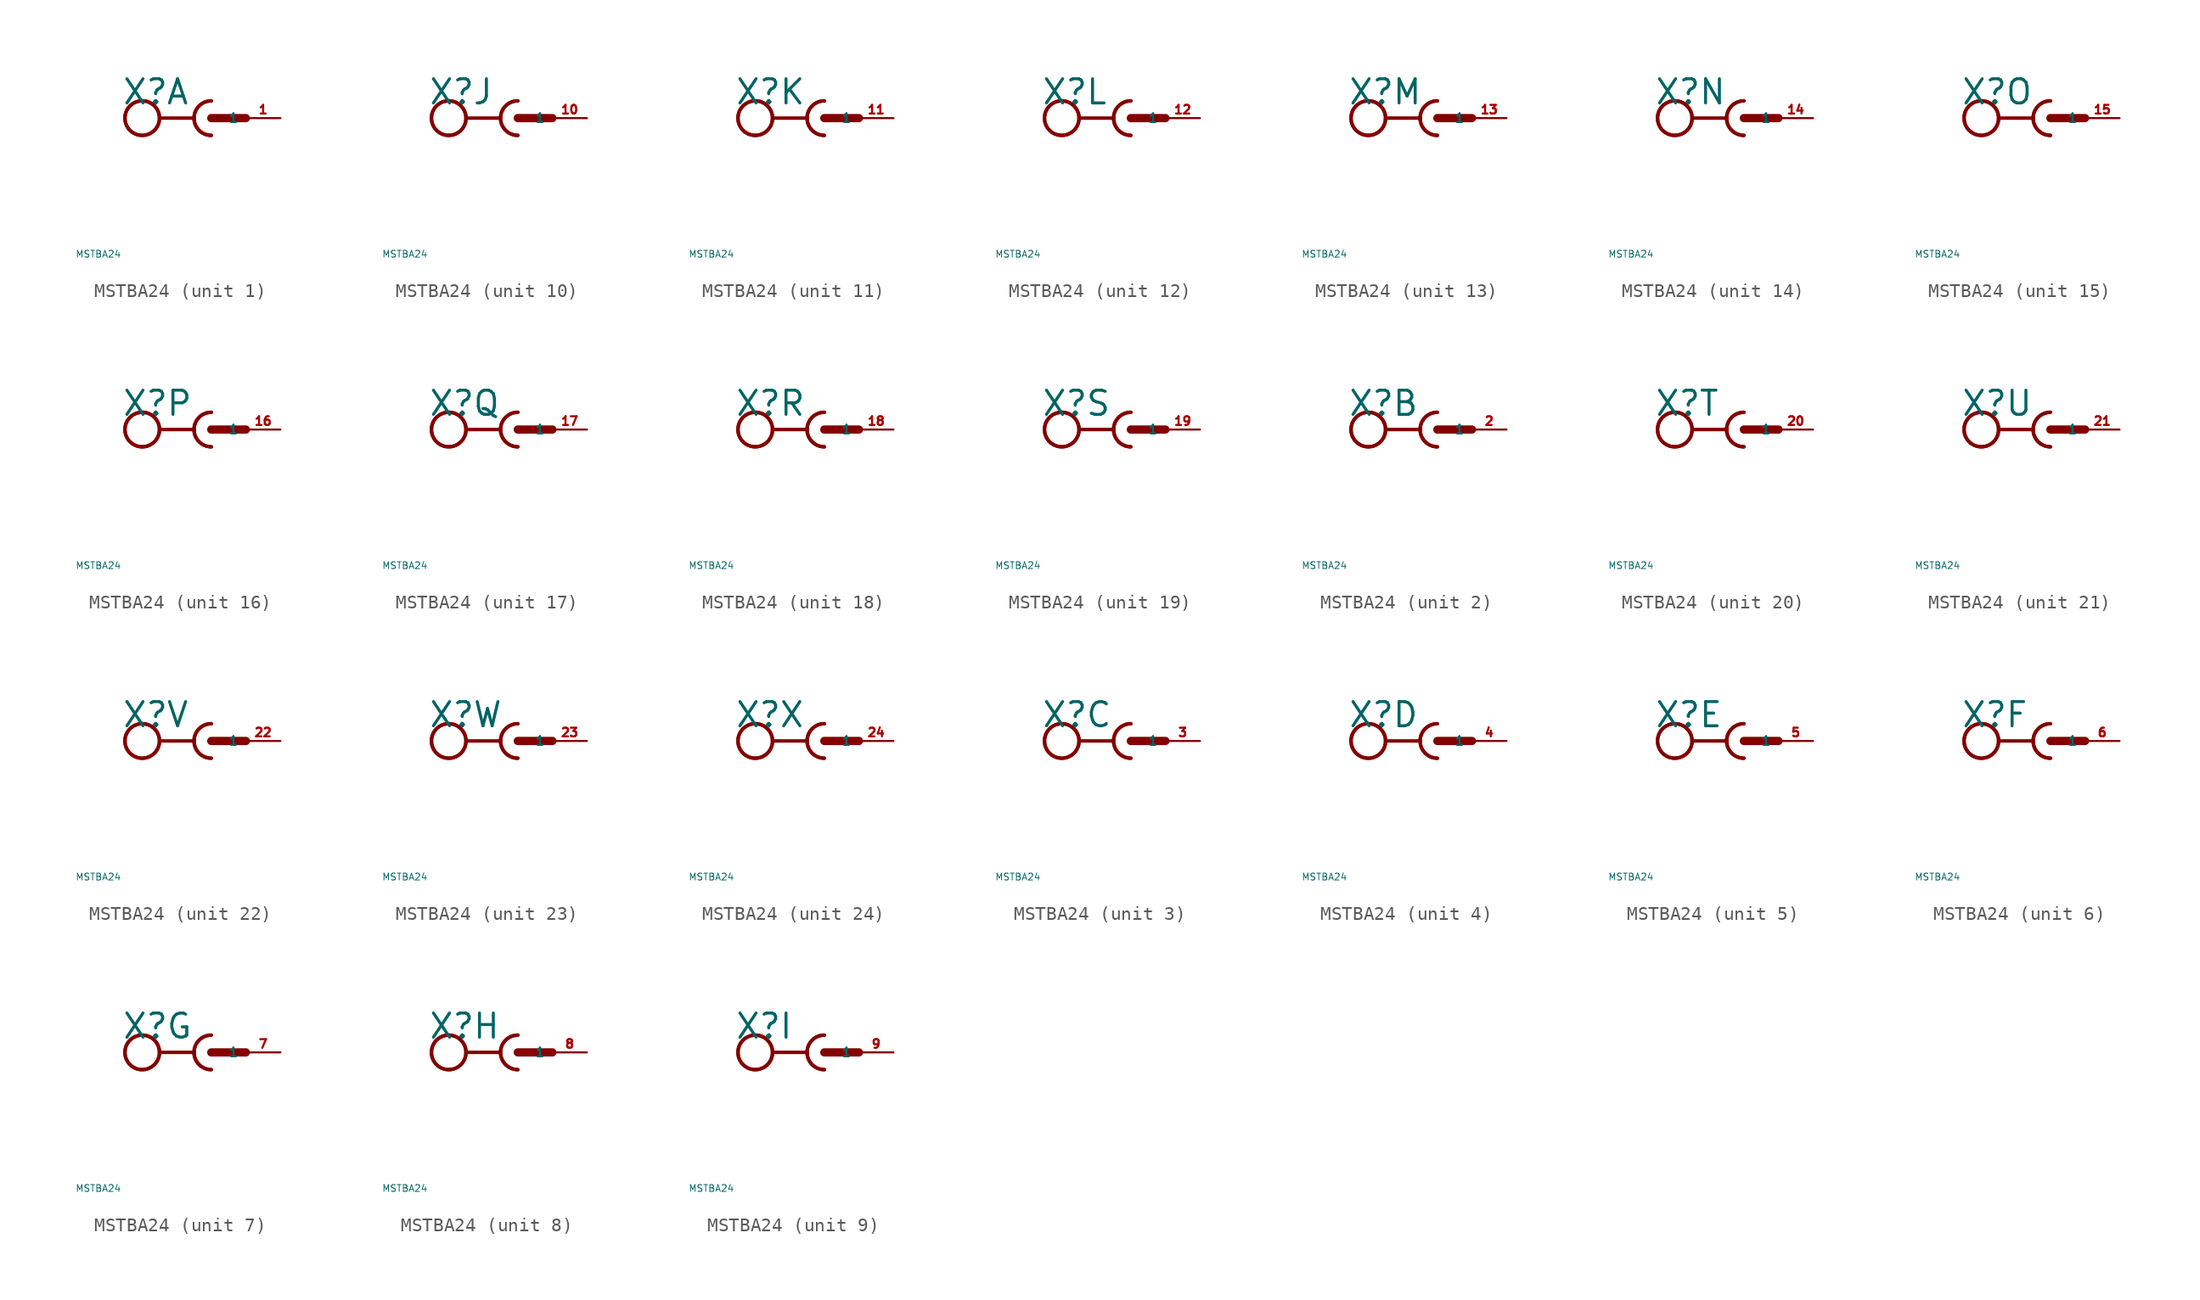
<source format=kicad_sym>
(kicad_symbol_lib
  (version 20220914)
  (generator Eagle2Kicad)
  (symbol "MSTBA24"
    (property "Reference" "X"
      (at -6.604 0.889 0)
      (effects (font (size 1.778 1.778) (thickness 0.22)) (justify left bottom)))
    (property "Value" "MSTBA24"
      (at -10 -10 0)
      (effects (font (size 0.5 0.5) (thickness 0.06)) (justify left)))
    (symbol "MSTBA24_1_0"
      (arc (start -1.27 0) (mid -0.898 -0.898) (end 0 -1.27) (stroke (width 0.254) (type default)) (fill (type none)))
      (arc (start 0 1.27) (mid -0.898 0.898) (end -1.27 0) (stroke (width 0.254) (type default)) (fill (type none)))
      (polyline (pts (xy -3.81 0) (xy -1.27 0)) (stroke (width 0.254) (type default)) (fill (type none)))
      (arc (start 0 1.27) (mid -1.270 0.000) (end 0 -1.27) (stroke (width 0.254) (type default)) (fill (type none)))
      (polyline (pts (xy 0 0) (xy 2.54 0)) (stroke (width 0.61) (type default)) (fill (type none)))
      (circle (center -5.08 0) (radius 1.27) (stroke (width 0.254) (type default)) (fill (type none)))
      (circle (center -5.08 0) (radius 1.27) (stroke (width 0.254) (type default)) (fill (type none)))
      (pin passive line (at 5.08 0 180) (length 2.54) (name "1" (effects (font (size 0.635 0.635) (thickness 0.08)) (justify left bottom))) (number "1" (effects (font (size 0.635 0.635) (thickness 0.08)) (justify left bottom)))))
    (symbol "MSTBA24_2_0"
      (arc (start -1.27 0) (mid -0.898 -0.898) (end 0 -1.27) (stroke (width 0.254) (type default)) (fill (type none)))
      (arc (start 0 1.27) (mid -0.898 0.898) (end -1.27 0) (stroke (width 0.254) (type default)) (fill (type none)))
      (polyline (pts (xy -3.81 0) (xy -1.27 0)) (stroke (width 0.254) (type default)) (fill (type none)))
      (arc (start 0 1.27) (mid -1.270 0.000) (end 0 -1.27) (stroke (width 0.254) (type default)) (fill (type none)))
      (polyline (pts (xy 0 0) (xy 2.54 0)) (stroke (width 0.61) (type default)) (fill (type none)))
      (circle (center -5.08 0) (radius 1.27) (stroke (width 0.254) (type default)) (fill (type none)))
      (circle (center -5.08 0) (radius 1.27) (stroke (width 0.254) (type default)) (fill (type none)))
      (pin passive line (at 5.08 0 180) (length 2.54) (name "1" (effects (font (size 0.635 0.635) (thickness 0.08)) (justify left bottom))) (number "2" (effects (font (size 0.635 0.635) (thickness 0.08)) (justify left bottom)))))
    (symbol "MSTBA24_3_0"
      (arc (start -1.27 0) (mid -0.898 -0.898) (end 0 -1.27) (stroke (width 0.254) (type default)) (fill (type none)))
      (arc (start 0 1.27) (mid -0.898 0.898) (end -1.27 0) (stroke (width 0.254) (type default)) (fill (type none)))
      (polyline (pts (xy -3.81 0) (xy -1.27 0)) (stroke (width 0.254) (type default)) (fill (type none)))
      (arc (start 0 1.27) (mid -1.270 0.000) (end 0 -1.27) (stroke (width 0.254) (type default)) (fill (type none)))
      (polyline (pts (xy 0 0) (xy 2.54 0)) (stroke (width 0.61) (type default)) (fill (type none)))
      (circle (center -5.08 0) (radius 1.27) (stroke (width 0.254) (type default)) (fill (type none)))
      (circle (center -5.08 0) (radius 1.27) (stroke (width 0.254) (type default)) (fill (type none)))
      (pin passive line (at 5.08 0 180) (length 2.54) (name "1" (effects (font (size 0.635 0.635) (thickness 0.08)) (justify left bottom))) (number "3" (effects (font (size 0.635 0.635) (thickness 0.08)) (justify left bottom)))))
    (symbol "MSTBA24_4_0"
      (arc (start -1.27 0) (mid -0.898 -0.898) (end 0 -1.27) (stroke (width 0.254) (type default)) (fill (type none)))
      (arc (start 0 1.27) (mid -0.898 0.898) (end -1.27 0) (stroke (width 0.254) (type default)) (fill (type none)))
      (polyline (pts (xy -3.81 0) (xy -1.27 0)) (stroke (width 0.254) (type default)) (fill (type none)))
      (arc (start 0 1.27) (mid -1.270 0.000) (end 0 -1.27) (stroke (width 0.254) (type default)) (fill (type none)))
      (polyline (pts (xy 0 0) (xy 2.54 0)) (stroke (width 0.61) (type default)) (fill (type none)))
      (circle (center -5.08 0) (radius 1.27) (stroke (width 0.254) (type default)) (fill (type none)))
      (circle (center -5.08 0) (radius 1.27) (stroke (width 0.254) (type default)) (fill (type none)))
      (pin passive line (at 5.08 0 180) (length 2.54) (name "1" (effects (font (size 0.635 0.635) (thickness 0.08)) (justify left bottom))) (number "4" (effects (font (size 0.635 0.635) (thickness 0.08)) (justify left bottom)))))
    (symbol "MSTBA24_5_0"
      (arc (start -1.27 0) (mid -0.898 -0.898) (end 0 -1.27) (stroke (width 0.254) (type default)) (fill (type none)))
      (arc (start 0 1.27) (mid -0.898 0.898) (end -1.27 0) (stroke (width 0.254) (type default)) (fill (type none)))
      (polyline (pts (xy -3.81 0) (xy -1.27 0)) (stroke (width 0.254) (type default)) (fill (type none)))
      (arc (start 0 1.27) (mid -1.270 0.000) (end 0 -1.27) (stroke (width 0.254) (type default)) (fill (type none)))
      (polyline (pts (xy 0 0) (xy 2.54 0)) (stroke (width 0.61) (type default)) (fill (type none)))
      (circle (center -5.08 0) (radius 1.27) (stroke (width 0.254) (type default)) (fill (type none)))
      (circle (center -5.08 0) (radius 1.27) (stroke (width 0.254) (type default)) (fill (type none)))
      (pin passive line (at 5.08 0 180) (length 2.54) (name "1" (effects (font (size 0.635 0.635) (thickness 0.08)) (justify left bottom))) (number "5" (effects (font (size 0.635 0.635) (thickness 0.08)) (justify left bottom)))))
    (symbol "MSTBA24_6_0"
      (arc (start -1.27 0) (mid -0.898 -0.898) (end 0 -1.27) (stroke (width 0.254) (type default)) (fill (type none)))
      (arc (start 0 1.27) (mid -0.898 0.898) (end -1.27 0) (stroke (width 0.254) (type default)) (fill (type none)))
      (polyline (pts (xy -3.81 0) (xy -1.27 0)) (stroke (width 0.254) (type default)) (fill (type none)))
      (arc (start 0 1.27) (mid -1.270 0.000) (end 0 -1.27) (stroke (width 0.254) (type default)) (fill (type none)))
      (polyline (pts (xy 0 0) (xy 2.54 0)) (stroke (width 0.61) (type default)) (fill (type none)))
      (circle (center -5.08 0) (radius 1.27) (stroke (width 0.254) (type default)) (fill (type none)))
      (circle (center -5.08 0) (radius 1.27) (stroke (width 0.254) (type default)) (fill (type none)))
      (pin passive line (at 5.08 0 180) (length 2.54) (name "1" (effects (font (size 0.635 0.635) (thickness 0.08)) (justify left bottom))) (number "6" (effects (font (size 0.635 0.635) (thickness 0.08)) (justify left bottom)))))
    (symbol "MSTBA24_7_0"
      (arc (start -1.27 0) (mid -0.898 -0.898) (end 0 -1.27) (stroke (width 0.254) (type default)) (fill (type none)))
      (arc (start 0 1.27) (mid -0.898 0.898) (end -1.27 0) (stroke (width 0.254) (type default)) (fill (type none)))
      (polyline (pts (xy -3.81 0) (xy -1.27 0)) (stroke (width 0.254) (type default)) (fill (type none)))
      (arc (start 0 1.27) (mid -1.270 0.000) (end 0 -1.27) (stroke (width 0.254) (type default)) (fill (type none)))
      (polyline (pts (xy 0 0) (xy 2.54 0)) (stroke (width 0.61) (type default)) (fill (type none)))
      (circle (center -5.08 0) (radius 1.27) (stroke (width 0.254) (type default)) (fill (type none)))
      (circle (center -5.08 0) (radius 1.27) (stroke (width 0.254) (type default)) (fill (type none)))
      (pin passive line (at 5.08 0 180) (length 2.54) (name "1" (effects (font (size 0.635 0.635) (thickness 0.08)) (justify left bottom))) (number "7" (effects (font (size 0.635 0.635) (thickness 0.08)) (justify left bottom)))))
    (symbol "MSTBA24_8_0"
      (arc (start -1.27 0) (mid -0.898 -0.898) (end 0 -1.27) (stroke (width 0.254) (type default)) (fill (type none)))
      (arc (start 0 1.27) (mid -0.898 0.898) (end -1.27 0) (stroke (width 0.254) (type default)) (fill (type none)))
      (polyline (pts (xy -3.81 0) (xy -1.27 0)) (stroke (width 0.254) (type default)) (fill (type none)))
      (arc (start 0 1.27) (mid -1.270 0.000) (end 0 -1.27) (stroke (width 0.254) (type default)) (fill (type none)))
      (polyline (pts (xy 0 0) (xy 2.54 0)) (stroke (width 0.61) (type default)) (fill (type none)))
      (circle (center -5.08 0) (radius 1.27) (stroke (width 0.254) (type default)) (fill (type none)))
      (circle (center -5.08 0) (radius 1.27) (stroke (width 0.254) (type default)) (fill (type none)))
      (pin passive line (at 5.08 0 180) (length 2.54) (name "1" (effects (font (size 0.635 0.635) (thickness 0.08)) (justify left bottom))) (number "8" (effects (font (size 0.635 0.635) (thickness 0.08)) (justify left bottom)))))
    (symbol "MSTBA24_9_0"
      (arc (start -1.27 0) (mid -0.898 -0.898) (end 0 -1.27) (stroke (width 0.254) (type default)) (fill (type none)))
      (arc (start 0 1.27) (mid -0.898 0.898) (end -1.27 0) (stroke (width 0.254) (type default)) (fill (type none)))
      (polyline (pts (xy -3.81 0) (xy -1.27 0)) (stroke (width 0.254) (type default)) (fill (type none)))
      (arc (start 0 1.27) (mid -1.270 0.000) (end 0 -1.27) (stroke (width 0.254) (type default)) (fill (type none)))
      (polyline (pts (xy 0 0) (xy 2.54 0)) (stroke (width 0.61) (type default)) (fill (type none)))
      (circle (center -5.08 0) (radius 1.27) (stroke (width 0.254) (type default)) (fill (type none)))
      (circle (center -5.08 0) (radius 1.27) (stroke (width 0.254) (type default)) (fill (type none)))
      (pin passive line (at 5.08 0 180) (length 2.54) (name "1" (effects (font (size 0.635 0.635) (thickness 0.08)) (justify left bottom))) (number "9" (effects (font (size 0.635 0.635) (thickness 0.08)) (justify left bottom)))))
    (symbol "MSTBA24_10_0"
      (arc (start -1.27 0) (mid -0.898 -0.898) (end 0 -1.27) (stroke (width 0.254) (type default)) (fill (type none)))
      (arc (start 0 1.27) (mid -0.898 0.898) (end -1.27 0) (stroke (width 0.254) (type default)) (fill (type none)))
      (polyline (pts (xy -3.81 0) (xy -1.27 0)) (stroke (width 0.254) (type default)) (fill (type none)))
      (arc (start 0 1.27) (mid -1.270 0.000) (end 0 -1.27) (stroke (width 0.254) (type default)) (fill (type none)))
      (polyline (pts (xy 0 0) (xy 2.54 0)) (stroke (width 0.61) (type default)) (fill (type none)))
      (circle (center -5.08 0) (radius 1.27) (stroke (width 0.254) (type default)) (fill (type none)))
      (circle (center -5.08 0) (radius 1.27) (stroke (width 0.254) (type default)) (fill (type none)))
      (pin passive line (at 5.08 0 180) (length 2.54) (name "1" (effects (font (size 0.635 0.635) (thickness 0.08)) (justify left bottom))) (number "10" (effects (font (size 0.635 0.635) (thickness 0.08)) (justify left bottom)))))
    (symbol "MSTBA24_11_0"
      (arc (start -1.27 0) (mid -0.898 -0.898) (end 0 -1.27) (stroke (width 0.254) (type default)) (fill (type none)))
      (arc (start 0 1.27) (mid -0.898 0.898) (end -1.27 0) (stroke (width 0.254) (type default)) (fill (type none)))
      (polyline (pts (xy -3.81 0) (xy -1.27 0)) (stroke (width 0.254) (type default)) (fill (type none)))
      (arc (start 0 1.27) (mid -1.270 0.000) (end 0 -1.27) (stroke (width 0.254) (type default)) (fill (type none)))
      (polyline (pts (xy 0 0) (xy 2.54 0)) (stroke (width 0.61) (type default)) (fill (type none)))
      (circle (center -5.08 0) (radius 1.27) (stroke (width 0.254) (type default)) (fill (type none)))
      (circle (center -5.08 0) (radius 1.27) (stroke (width 0.254) (type default)) (fill (type none)))
      (pin passive line (at 5.08 0 180) (length 2.54) (name "1" (effects (font (size 0.635 0.635) (thickness 0.08)) (justify left bottom))) (number "11" (effects (font (size 0.635 0.635) (thickness 0.08)) (justify left bottom)))))
    (symbol "MSTBA24_12_0"
      (arc (start -1.27 0) (mid -0.898 -0.898) (end 0 -1.27) (stroke (width 0.254) (type default)) (fill (type none)))
      (arc (start 0 1.27) (mid -0.898 0.898) (end -1.27 0) (stroke (width 0.254) (type default)) (fill (type none)))
      (polyline (pts (xy -3.81 0) (xy -1.27 0)) (stroke (width 0.254) (type default)) (fill (type none)))
      (arc (start 0 1.27) (mid -1.270 0.000) (end 0 -1.27) (stroke (width 0.254) (type default)) (fill (type none)))
      (polyline (pts (xy 0 0) (xy 2.54 0)) (stroke (width 0.61) (type default)) (fill (type none)))
      (circle (center -5.08 0) (radius 1.27) (stroke (width 0.254) (type default)) (fill (type none)))
      (circle (center -5.08 0) (radius 1.27) (stroke (width 0.254) (type default)) (fill (type none)))
      (pin passive line (at 5.08 0 180) (length 2.54) (name "1" (effects (font (size 0.635 0.635) (thickness 0.08)) (justify left bottom))) (number "12" (effects (font (size 0.635 0.635) (thickness 0.08)) (justify left bottom)))))
    (symbol "MSTBA24_13_0"
      (arc (start -1.27 0) (mid -0.898 -0.898) (end 0 -1.27) (stroke (width 0.254) (type default)) (fill (type none)))
      (arc (start 0 1.27) (mid -0.898 0.898) (end -1.27 0) (stroke (width 0.254) (type default)) (fill (type none)))
      (polyline (pts (xy -3.81 0) (xy -1.27 0)) (stroke (width 0.254) (type default)) (fill (type none)))
      (arc (start 0 1.27) (mid -1.270 0.000) (end 0 -1.27) (stroke (width 0.254) (type default)) (fill (type none)))
      (polyline (pts (xy 0 0) (xy 2.54 0)) (stroke (width 0.61) (type default)) (fill (type none)))
      (circle (center -5.08 0) (radius 1.27) (stroke (width 0.254) (type default)) (fill (type none)))
      (circle (center -5.08 0) (radius 1.27) (stroke (width 0.254) (type default)) (fill (type none)))
      (pin passive line (at 5.08 0 180) (length 2.54) (name "1" (effects (font (size 0.635 0.635) (thickness 0.08)) (justify left bottom))) (number "13" (effects (font (size 0.635 0.635) (thickness 0.08)) (justify left bottom)))))
    (symbol "MSTBA24_14_0"
      (arc (start -1.27 0) (mid -0.898 -0.898) (end 0 -1.27) (stroke (width 0.254) (type default)) (fill (type none)))
      (arc (start 0 1.27) (mid -0.898 0.898) (end -1.27 0) (stroke (width 0.254) (type default)) (fill (type none)))
      (polyline (pts (xy -3.81 0) (xy -1.27 0)) (stroke (width 0.254) (type default)) (fill (type none)))
      (arc (start 0 1.27) (mid -1.270 0.000) (end 0 -1.27) (stroke (width 0.254) (type default)) (fill (type none)))
      (polyline (pts (xy 0 0) (xy 2.54 0)) (stroke (width 0.61) (type default)) (fill (type none)))
      (circle (center -5.08 0) (radius 1.27) (stroke (width 0.254) (type default)) (fill (type none)))
      (circle (center -5.08 0) (radius 1.27) (stroke (width 0.254) (type default)) (fill (type none)))
      (pin passive line (at 5.08 0 180) (length 2.54) (name "1" (effects (font (size 0.635 0.635) (thickness 0.08)) (justify left bottom))) (number "14" (effects (font (size 0.635 0.635) (thickness 0.08)) (justify left bottom)))))
    (symbol "MSTBA24_15_0"
      (arc (start -1.27 0) (mid -0.898 -0.898) (end 0 -1.27) (stroke (width 0.254) (type default)) (fill (type none)))
      (arc (start 0 1.27) (mid -0.898 0.898) (end -1.27 0) (stroke (width 0.254) (type default)) (fill (type none)))
      (polyline (pts (xy -3.81 0) (xy -1.27 0)) (stroke (width 0.254) (type default)) (fill (type none)))
      (arc (start 0 1.27) (mid -1.270 0.000) (end 0 -1.27) (stroke (width 0.254) (type default)) (fill (type none)))
      (polyline (pts (xy 0 0) (xy 2.54 0)) (stroke (width 0.61) (type default)) (fill (type none)))
      (circle (center -5.08 0) (radius 1.27) (stroke (width 0.254) (type default)) (fill (type none)))
      (circle (center -5.08 0) (radius 1.27) (stroke (width 0.254) (type default)) (fill (type none)))
      (pin passive line (at 5.08 0 180) (length 2.54) (name "1" (effects (font (size 0.635 0.635) (thickness 0.08)) (justify left bottom))) (number "15" (effects (font (size 0.635 0.635) (thickness 0.08)) (justify left bottom)))))
    (symbol "MSTBA24_16_0"
      (arc (start -1.27 0) (mid -0.898 -0.898) (end 0 -1.27) (stroke (width 0.254) (type default)) (fill (type none)))
      (arc (start 0 1.27) (mid -0.898 0.898) (end -1.27 0) (stroke (width 0.254) (type default)) (fill (type none)))
      (polyline (pts (xy -3.81 0) (xy -1.27 0)) (stroke (width 0.254) (type default)) (fill (type none)))
      (arc (start 0 1.27) (mid -1.270 0.000) (end 0 -1.27) (stroke (width 0.254) (type default)) (fill (type none)))
      (polyline (pts (xy 0 0) (xy 2.54 0)) (stroke (width 0.61) (type default)) (fill (type none)))
      (circle (center -5.08 0) (radius 1.27) (stroke (width 0.254) (type default)) (fill (type none)))
      (circle (center -5.08 0) (radius 1.27) (stroke (width 0.254) (type default)) (fill (type none)))
      (pin passive line (at 5.08 0 180) (length 2.54) (name "1" (effects (font (size 0.635 0.635) (thickness 0.08)) (justify left bottom))) (number "16" (effects (font (size 0.635 0.635) (thickness 0.08)) (justify left bottom)))))
    (symbol "MSTBA24_17_0"
      (arc (start -1.27 0) (mid -0.898 -0.898) (end 0 -1.27) (stroke (width 0.254) (type default)) (fill (type none)))
      (arc (start 0 1.27) (mid -0.898 0.898) (end -1.27 0) (stroke (width 0.254) (type default)) (fill (type none)))
      (polyline (pts (xy -3.81 0) (xy -1.27 0)) (stroke (width 0.254) (type default)) (fill (type none)))
      (arc (start 0 1.27) (mid -1.270 0.000) (end 0 -1.27) (stroke (width 0.254) (type default)) (fill (type none)))
      (polyline (pts (xy 0 0) (xy 2.54 0)) (stroke (width 0.61) (type default)) (fill (type none)))
      (circle (center -5.08 0) (radius 1.27) (stroke (width 0.254) (type default)) (fill (type none)))
      (circle (center -5.08 0) (radius 1.27) (stroke (width 0.254) (type default)) (fill (type none)))
      (pin passive line (at 5.08 0 180) (length 2.54) (name "1" (effects (font (size 0.635 0.635) (thickness 0.08)) (justify left bottom))) (number "17" (effects (font (size 0.635 0.635) (thickness 0.08)) (justify left bottom)))))
    (symbol "MSTBA24_18_0"
      (arc (start -1.27 0) (mid -0.898 -0.898) (end 0 -1.27) (stroke (width 0.254) (type default)) (fill (type none)))
      (arc (start 0 1.27) (mid -0.898 0.898) (end -1.27 0) (stroke (width 0.254) (type default)) (fill (type none)))
      (polyline (pts (xy -3.81 0) (xy -1.27 0)) (stroke (width 0.254) (type default)) (fill (type none)))
      (arc (start 0 1.27) (mid -1.270 0.000) (end 0 -1.27) (stroke (width 0.254) (type default)) (fill (type none)))
      (polyline (pts (xy 0 0) (xy 2.54 0)) (stroke (width 0.61) (type default)) (fill (type none)))
      (circle (center -5.08 0) (radius 1.27) (stroke (width 0.254) (type default)) (fill (type none)))
      (circle (center -5.08 0) (radius 1.27) (stroke (width 0.254) (type default)) (fill (type none)))
      (pin passive line (at 5.08 0 180) (length 2.54) (name "1" (effects (font (size 0.635 0.635) (thickness 0.08)) (justify left bottom))) (number "18" (effects (font (size 0.635 0.635) (thickness 0.08)) (justify left bottom)))))
    (symbol "MSTBA24_19_0"
      (arc (start -1.27 0) (mid -0.898 -0.898) (end 0 -1.27) (stroke (width 0.254) (type default)) (fill (type none)))
      (arc (start 0 1.27) (mid -0.898 0.898) (end -1.27 0) (stroke (width 0.254) (type default)) (fill (type none)))
      (polyline (pts (xy -3.81 0) (xy -1.27 0)) (stroke (width 0.254) (type default)) (fill (type none)))
      (arc (start 0 1.27) (mid -1.270 0.000) (end 0 -1.27) (stroke (width 0.254) (type default)) (fill (type none)))
      (polyline (pts (xy 0 0) (xy 2.54 0)) (stroke (width 0.61) (type default)) (fill (type none)))
      (circle (center -5.08 0) (radius 1.27) (stroke (width 0.254) (type default)) (fill (type none)))
      (circle (center -5.08 0) (radius 1.27) (stroke (width 0.254) (type default)) (fill (type none)))
      (pin passive line (at 5.08 0 180) (length 2.54) (name "1" (effects (font (size 0.635 0.635) (thickness 0.08)) (justify left bottom))) (number "19" (effects (font (size 0.635 0.635) (thickness 0.08)) (justify left bottom)))))
    (symbol "MSTBA24_20_0"
      (arc (start -1.27 0) (mid -0.898 -0.898) (end 0 -1.27) (stroke (width 0.254) (type default)) (fill (type none)))
      (arc (start 0 1.27) (mid -0.898 0.898) (end -1.27 0) (stroke (width 0.254) (type default)) (fill (type none)))
      (polyline (pts (xy -3.81 0) (xy -1.27 0)) (stroke (width 0.254) (type default)) (fill (type none)))
      (arc (start 0 1.27) (mid -1.270 0.000) (end 0 -1.27) (stroke (width 0.254) (type default)) (fill (type none)))
      (polyline (pts (xy 0 0) (xy 2.54 0)) (stroke (width 0.61) (type default)) (fill (type none)))
      (circle (center -5.08 0) (radius 1.27) (stroke (width 0.254) (type default)) (fill (type none)))
      (circle (center -5.08 0) (radius 1.27) (stroke (width 0.254) (type default)) (fill (type none)))
      (pin passive line (at 5.08 0 180) (length 2.54) (name "1" (effects (font (size 0.635 0.635) (thickness 0.08)) (justify left bottom))) (number "20" (effects (font (size 0.635 0.635) (thickness 0.08)) (justify left bottom)))))
    (symbol "MSTBA24_21_0"
      (arc (start -1.27 0) (mid -0.898 -0.898) (end 0 -1.27) (stroke (width 0.254) (type default)) (fill (type none)))
      (arc (start 0 1.27) (mid -0.898 0.898) (end -1.27 0) (stroke (width 0.254) (type default)) (fill (type none)))
      (polyline (pts (xy -3.81 0) (xy -1.27 0)) (stroke (width 0.254) (type default)) (fill (type none)))
      (arc (start 0 1.27) (mid -1.270 0.000) (end 0 -1.27) (stroke (width 0.254) (type default)) (fill (type none)))
      (polyline (pts (xy 0 0) (xy 2.54 0)) (stroke (width 0.61) (type default)) (fill (type none)))
      (circle (center -5.08 0) (radius 1.27) (stroke (width 0.254) (type default)) (fill (type none)))
      (circle (center -5.08 0) (radius 1.27) (stroke (width 0.254) (type default)) (fill (type none)))
      (pin passive line (at 5.08 0 180) (length 2.54) (name "1" (effects (font (size 0.635 0.635) (thickness 0.08)) (justify left bottom))) (number "21" (effects (font (size 0.635 0.635) (thickness 0.08)) (justify left bottom)))))
    (symbol "MSTBA24_22_0"
      (arc (start -1.27 0) (mid -0.898 -0.898) (end 0 -1.27) (stroke (width 0.254) (type default)) (fill (type none)))
      (arc (start 0 1.27) (mid -0.898 0.898) (end -1.27 0) (stroke (width 0.254) (type default)) (fill (type none)))
      (polyline (pts (xy -3.81 0) (xy -1.27 0)) (stroke (width 0.254) (type default)) (fill (type none)))
      (arc (start 0 1.27) (mid -1.270 0.000) (end 0 -1.27) (stroke (width 0.254) (type default)) (fill (type none)))
      (polyline (pts (xy 0 0) (xy 2.54 0)) (stroke (width 0.61) (type default)) (fill (type none)))
      (circle (center -5.08 0) (radius 1.27) (stroke (width 0.254) (type default)) (fill (type none)))
      (circle (center -5.08 0) (radius 1.27) (stroke (width 0.254) (type default)) (fill (type none)))
      (pin passive line (at 5.08 0 180) (length 2.54) (name "1" (effects (font (size 0.635 0.635) (thickness 0.08)) (justify left bottom))) (number "22" (effects (font (size 0.635 0.635) (thickness 0.08)) (justify left bottom)))))
    (symbol "MSTBA24_23_0"
      (arc (start -1.27 0) (mid -0.898 -0.898) (end 0 -1.27) (stroke (width 0.254) (type default)) (fill (type none)))
      (arc (start 0 1.27) (mid -0.898 0.898) (end -1.27 0) (stroke (width 0.254) (type default)) (fill (type none)))
      (polyline (pts (xy -3.81 0) (xy -1.27 0)) (stroke (width 0.254) (type default)) (fill (type none)))
      (arc (start 0 1.27) (mid -1.270 0.000) (end 0 -1.27) (stroke (width 0.254) (type default)) (fill (type none)))
      (polyline (pts (xy 0 0) (xy 2.54 0)) (stroke (width 0.61) (type default)) (fill (type none)))
      (circle (center -5.08 0) (radius 1.27) (stroke (width 0.254) (type default)) (fill (type none)))
      (circle (center -5.08 0) (radius 1.27) (stroke (width 0.254) (type default)) (fill (type none)))
      (pin passive line (at 5.08 0 180) (length 2.54) (name "1" (effects (font (size 0.635 0.635) (thickness 0.08)) (justify left bottom))) (number "23" (effects (font (size 0.635 0.635) (thickness 0.08)) (justify left bottom)))))
    (symbol "MSTBA24_24_0"
      (arc (start -1.27 0) (mid -0.898 -0.898) (end 0 -1.27) (stroke (width 0.254) (type default)) (fill (type none)))
      (arc (start 0 1.27) (mid -0.898 0.898) (end -1.27 0) (stroke (width 0.254) (type default)) (fill (type none)))
      (polyline (pts (xy -3.81 0) (xy -1.27 0)) (stroke (width 0.254) (type default)) (fill (type none)))
      (arc (start 0 1.27) (mid -1.270 0.000) (end 0 -1.27) (stroke (width 0.254) (type default)) (fill (type none)))
      (polyline (pts (xy 0 0) (xy 2.54 0)) (stroke (width 0.61) (type default)) (fill (type none)))
      (circle (center -5.08 0) (radius 1.27) (stroke (width 0.254) (type default)) (fill (type none)))
      (circle (center -5.08 0) (radius 1.27) (stroke (width 0.254) (type default)) (fill (type none)))
      (pin passive line (at 5.08 0 180) (length 2.54) (name "1" (effects (font (size 0.635 0.635) (thickness 0.08)) (justify left bottom))) (number "24" (effects (font (size 0.635 0.635) (thickness 0.08)) (justify left bottom)))))))
</source>
